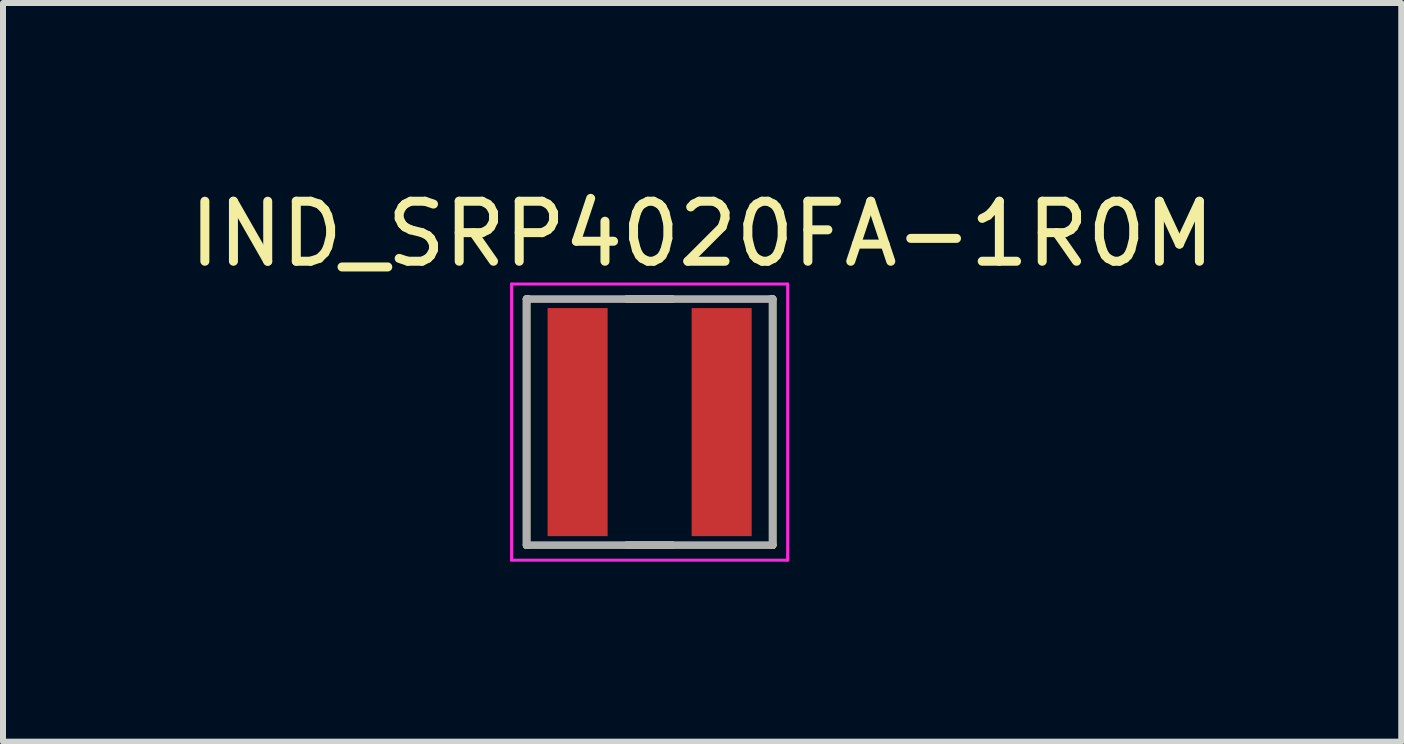
<source format=kicad_pcb>
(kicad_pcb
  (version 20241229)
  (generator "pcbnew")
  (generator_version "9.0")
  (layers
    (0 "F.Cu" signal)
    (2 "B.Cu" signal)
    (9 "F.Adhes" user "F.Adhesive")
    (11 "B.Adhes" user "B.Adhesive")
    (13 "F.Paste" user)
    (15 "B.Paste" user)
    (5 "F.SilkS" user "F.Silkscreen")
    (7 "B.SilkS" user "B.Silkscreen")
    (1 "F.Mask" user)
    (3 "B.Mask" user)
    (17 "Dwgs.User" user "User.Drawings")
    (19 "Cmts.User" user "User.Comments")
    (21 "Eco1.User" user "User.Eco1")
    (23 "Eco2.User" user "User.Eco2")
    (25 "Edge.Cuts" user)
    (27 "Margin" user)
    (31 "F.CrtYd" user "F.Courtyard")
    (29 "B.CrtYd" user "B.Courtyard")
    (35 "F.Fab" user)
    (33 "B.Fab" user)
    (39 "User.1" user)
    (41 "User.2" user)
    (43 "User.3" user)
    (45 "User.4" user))
  (footprint "IND_SRP4020FA-1R0M"
    (layer "F.Cu")
    (at 7.774 3.983)
    (property "Reference" "IND_SRP4020FA-1R0M" (at 0.875 -3.135 0) (layer "F.SilkS") (effects (font (size 1 1) (thickness 0.15))))
    (attr smd)
    (fp_line (start -2.05 -2.05) (end -2.02 -2.05) (stroke (width 0.127) (type solid)) (layer "F.SilkS"))
    (fp_line (start -2.05 2.05) (end -2.05 -2.05) (stroke (width 0.127) (type solid)) (layer "F.SilkS"))
    (fp_line (start -2.02 2.05) (end -2.05 2.05) (stroke (width 0.127) (type solid)) (layer "F.SilkS"))
    (fp_line (start -0.38 -2.05) (end 0.38 -2.05) (stroke (width 0.127) (type solid)) (layer "F.SilkS"))
    (fp_line (start 0.38 2.05) (end -0.38 2.05) (stroke (width 0.127) (type solid)) (layer "F.SilkS"))
    (fp_line (start 2.02 -2.05) (end 2.05 -2.05) (stroke (width 0.127) (type solid)) (layer "F.SilkS"))
    (fp_line (start 2.05 -2.05) (end 2.05 2.05) (stroke (width 0.127) (type solid)) (layer "F.SilkS"))
    (fp_line (start 2.05 2.05) (end 2.02 2.05) (stroke (width 0.127) (type solid)) (layer "F.SilkS"))
    (fp_line (start -2.3 -2.3) (end -2.3 2.3) (stroke (width 0.05) (type solid)) (layer "F.CrtYd"))
    (fp_line (start -2.3 2.3) (end 2.3 2.3) (stroke (width 0.05) (type solid)) (layer "F.CrtYd"))
    (fp_line (start 2.3 -2.3) (end -2.3 -2.3) (stroke (width 0.05) (type solid)) (layer "F.CrtYd"))
    (fp_line (start 2.3 2.3) (end 2.3 -2.3) (stroke (width 0.05) (type solid)) (layer "F.CrtYd"))
    (fp_line (start -2.05 -2.05) (end 2.05 -2.05) (stroke (width 0.127) (type solid)) (layer "F.Fab"))
    (fp_line (start -2.05 2.05) (end -2.05 -2.05) (stroke (width 0.127) (type solid)) (layer "F.Fab"))
    (fp_line (start 2.05 -2.05) (end 2.05 2.05) (stroke (width 0.127) (type solid)) (layer "F.Fab"))
    (fp_line (start 2.05 2.05) (end -2.05 2.05) (stroke (width 0.127) (type solid)) (layer "F.Fab"))
    (pad "1" smd rect (at -1.2 0) (size 1 3.8) (layers "F.Cu" "F.Mask" "F.Paste"))
    (pad "2" smd rect (at 1.2 0) (size 1 3.8) (layers "F.Cu" "F.Mask" "F.Paste")))
  (gr_rect
    (start -3 -3)
    (end 20.298 9.308)
    (stroke (width 0.1) (type default))
    (fill no)
    (layer "Edge.Cuts")))
</source>
